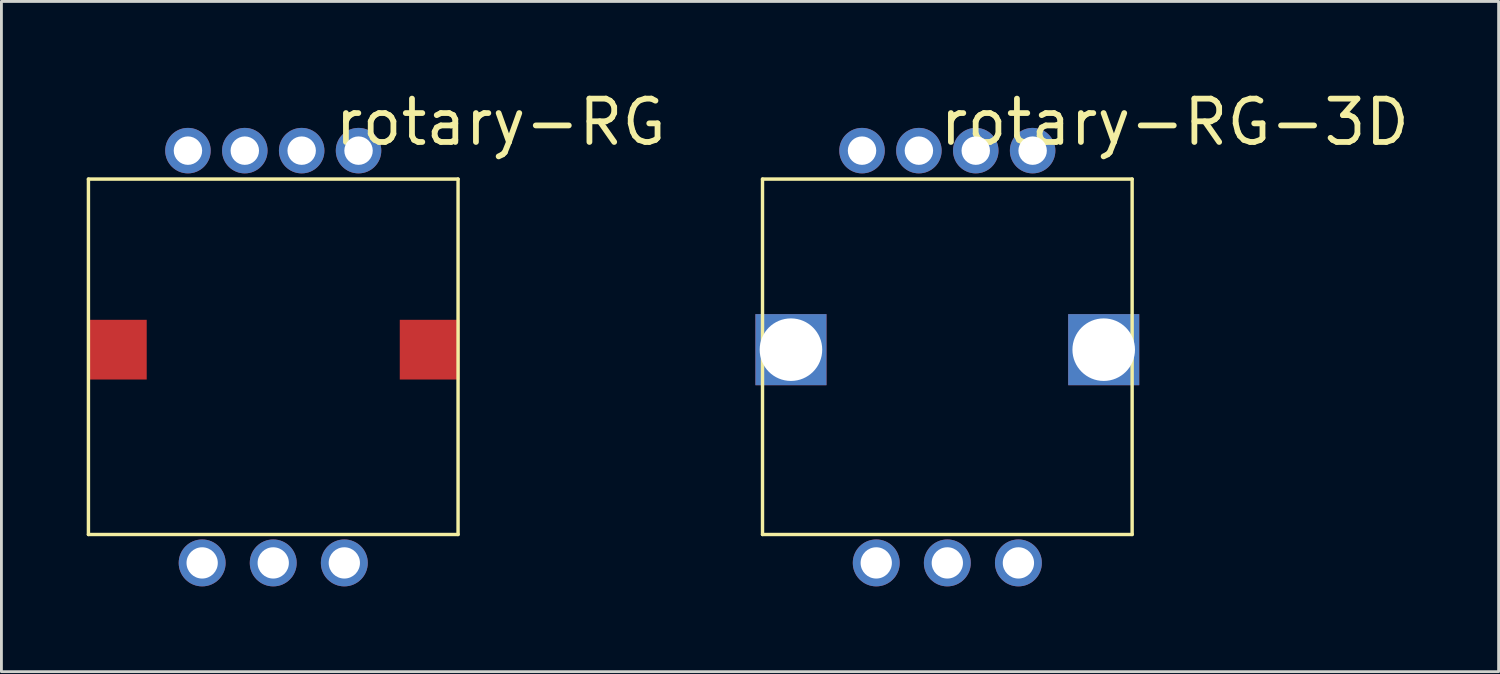
<source format=kicad_pcb>
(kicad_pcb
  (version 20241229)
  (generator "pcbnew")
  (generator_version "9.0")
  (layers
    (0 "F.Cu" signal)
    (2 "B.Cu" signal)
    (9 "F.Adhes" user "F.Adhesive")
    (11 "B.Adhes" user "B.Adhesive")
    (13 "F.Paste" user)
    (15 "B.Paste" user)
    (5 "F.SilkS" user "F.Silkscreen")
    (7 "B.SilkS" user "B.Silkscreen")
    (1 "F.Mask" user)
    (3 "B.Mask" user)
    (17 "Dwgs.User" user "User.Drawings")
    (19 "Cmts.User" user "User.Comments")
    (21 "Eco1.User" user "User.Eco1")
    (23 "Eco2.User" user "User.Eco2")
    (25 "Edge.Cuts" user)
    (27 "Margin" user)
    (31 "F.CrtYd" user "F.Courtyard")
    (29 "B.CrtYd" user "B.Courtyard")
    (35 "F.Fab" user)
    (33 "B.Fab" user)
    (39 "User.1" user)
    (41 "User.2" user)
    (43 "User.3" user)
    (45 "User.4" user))
  (footprint "rotary-RG-3D"
    (layer "F.Cu")
    (at 33.268 2.248)
    (property "Reference" "rotary-RG-3D" (at 5 -1 0) (layer "F.SilkS") (effects (font (size 1.524 1.524) (thickness 0.203))))
    (attr through_hole)
    (fp_line (start -9.5 1) (end 3.5 1) (stroke (width 0.12) (type solid)) (layer "F.SilkS"))
    (fp_line (start -9.5 13.5) (end -9.5 1) (stroke (width 0.12) (type solid)) (layer "F.SilkS"))
    (fp_line (start 3.5 1) (end 3.5 13.5) (stroke (width 0.12) (type solid)) (layer "F.SilkS"))
    (fp_line (start 3.5 13.5) (end -9.5 13.5) (stroke (width 0.12) (type solid)) (layer "F.SilkS"))
    (pad "1" thru_hole circle (at 0 0) (size 1.6 1.6) (drill 1) (layers "*.Cu" "*.Mask"))
    (pad "2" thru_hole circle (at -2 0) (size 1.6 1.6) (drill 1) (layers "*.Cu" "*.Mask"))
    (pad "3" thru_hole circle (at -4 0) (size 1.6 1.6) (drill 1) (layers "*.Cu" "*.Mask"))
    (pad "4" thru_hole circle (at -6 0) (size 1.6 1.6) (drill 1) (layers "*.Cu" "*.Mask"))
    (pad "A" thru_hole circle (at -5.5 14.5) (size 1.65 1.65) (drill 1.1) (layers "*.Cu" "*.Mask"))
    (pad "B" thru_hole circle (at -0.5 14.5) (size 1.65 1.65) (drill 1.1) (layers "*.Cu" "*.Mask"))
    (pad "C" thru_hole circle (at -3 14.5) (size 1.65 1.65) (drill 1.1) (layers "*.Cu" "*.Mask"))
    (pad "X" thru_hole rect (at -8.5 7) (size 2.5 2.5) (drill 2.2) (layers "*.Cu" "*.Mask"))
    (pad "Y" thru_hole rect (at 2.5 7) (size 2.5 2.5) (drill 2.2) (layers "*.Cu" "*.Mask")))
  (footprint "rotary-RG"
    (layer "F.Cu")
    (at 9.56 2.248)
    (property "Reference" "rotary-RG" (at 5 -1 0) (layer "F.SilkS") (effects (font (size 1.524 1.524) (thickness 0.203))))
    (attr through_hole)
    (fp_line (start -9.5 1) (end 3.5 1) (stroke (width 0.12) (type solid)) (layer "F.SilkS"))
    (fp_line (start -9.5 13.5) (end -9.5 1) (stroke (width 0.12) (type solid)) (layer "F.SilkS"))
    (fp_line (start 3.5 1) (end 3.5 13.5) (stroke (width 0.12) (type solid)) (layer "F.SilkS"))
    (fp_line (start 3.5 13.5) (end -9.5 13.5) (stroke (width 0.12) (type solid)) (layer "F.SilkS"))
    (pad "1" thru_hole circle (at 0 0) (size 1.6 1.6) (drill 1) (layers "*.Cu" "*.Mask"))
    (pad "2" thru_hole circle (at -2 0) (size 1.6 1.6) (drill 1) (layers "*.Cu" "*.Mask"))
    (pad "3" thru_hole circle (at -4 0) (size 1.6 1.6) (drill 1) (layers "*.Cu" "*.Mask"))
    (pad "4" thru_hole circle (at -6 0) (size 1.6 1.6) (drill 1) (layers "*.Cu" "*.Mask"))
    (pad "A" thru_hole circle (at -5.5 14.5) (size 1.65 1.65) (drill 1.1) (layers "*.Cu" "*.Mask"))
    (pad "B" thru_hole circle (at -0.5 14.5) (size 1.65 1.65) (drill 1.1) (layers "*.Cu" "*.Mask"))
    (pad "C" thru_hole circle (at -3 14.5) (size 1.65 1.65) (drill 1.1) (layers "*.Cu" "*.Mask"))
    (pad "X" smd rect (at -8.5 7) (size 2.1 2.1) (layers "F.Cu" "F.Mask" "F.Paste"))
    (pad "Y" smd rect (at 2.5 7) (size 2.1 2.1) (layers "F.Cu" "F.Mask" "F.Paste")))
  (gr_rect
    (start -3 -3)
    (end 49.657 20.573)
    (stroke (width 0.1) (type default))
    (fill no)
    (layer "Edge.Cuts")))
</source>
